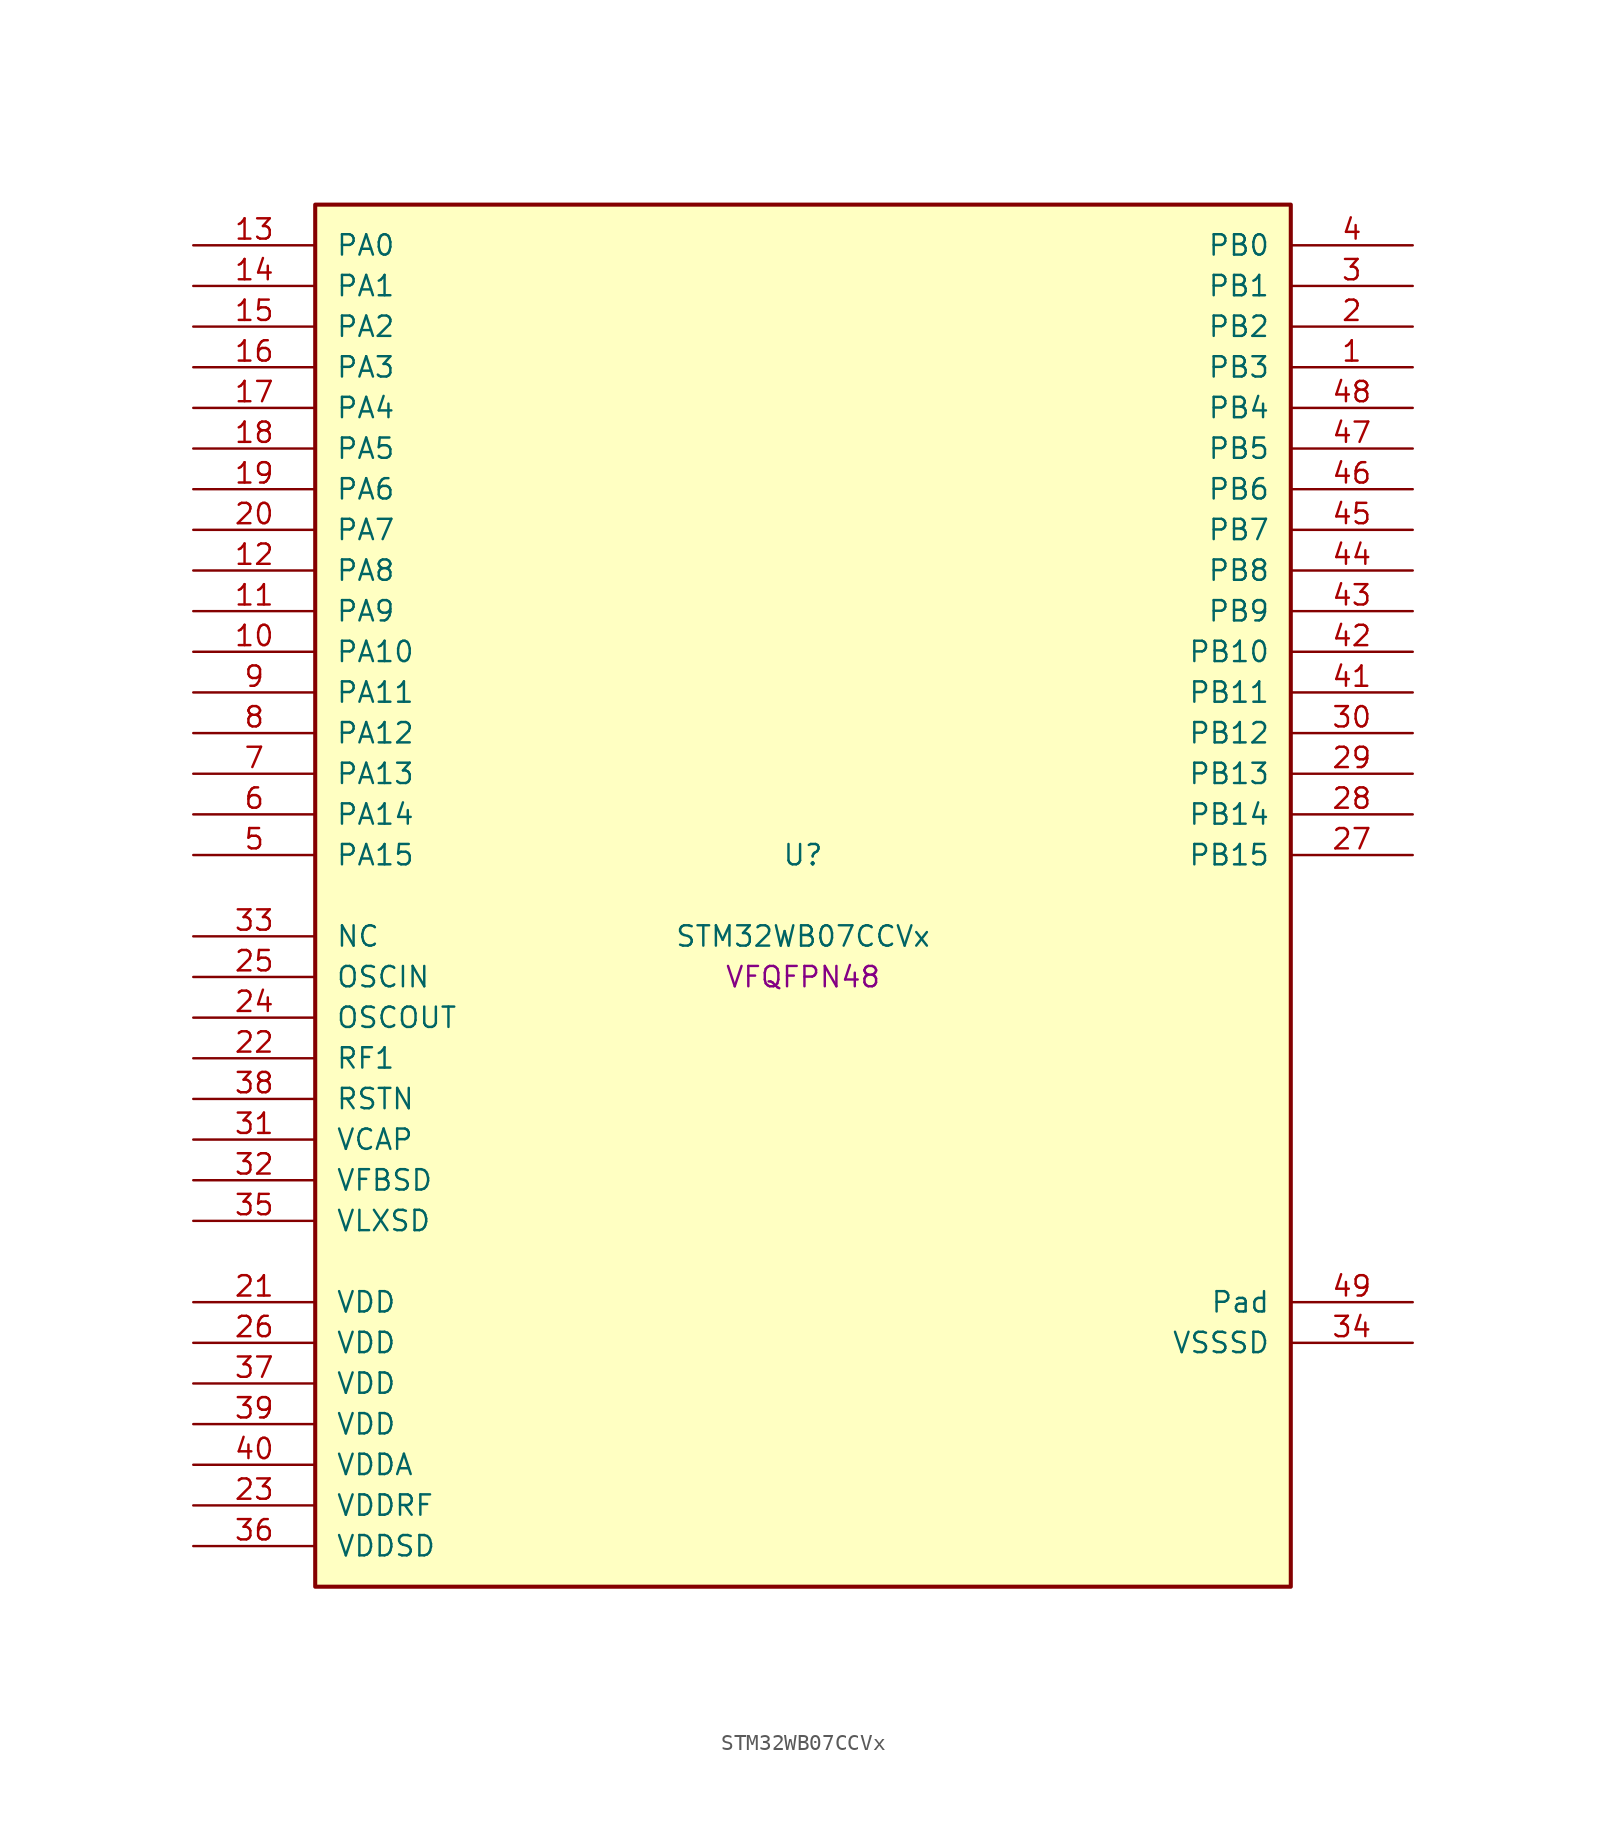
<source format=kicad_sym>
(kicad_symbol_lib
  (version 20241209)
  (generator "stm32_pkl_generator")
  (generator_version "1.0")
  (symbol "STM32WB07CCVx"
    (pin_names
      (offset 1.27))
    (property "Reference" "U"
      (at 0 2.54 0))
    (property "Value" "STM32WB07CCVx"
      (at 0 -2.54 0))
    (property "Footprint" "VFQFPN48"
      (at 0 -5.08 0))
    (symbol "STM32WB07CCVx_1_1"
      (rectangle (start -30.48 43.18) (end 30.48 -43.18) (stroke (width 0.254) (type solid)) (fill (type background)))
      (pin bidirectional line (at -38.1 40.64 0) (length 7.62) (name "PA0") (number "13") (alternate "PA0/I2C1_SCL" bidirectional line) (alternate "PA0/I2S2_MCK" bidirectional line) (alternate "PA0/PWR_WKUP12" bidirectional line) (alternate "PA0/TIM1_CH3" bidirectional line) (alternate "PA0/USART1_CTS" bidirectional line))
      (pin bidirectional line (at -38.1 38.1 0) (length 7.62) (name "PA1") (number "14") (alternate "PA1/I2C1_SDA" bidirectional line) (alternate "PA1/PWR_WKUP13" bidirectional line) (alternate "PA1/SPI2_MISO" bidirectional line) (alternate "PA1/TIM1_CH4" bidirectional line) (alternate "PA1/USART1_TX" bidirectional line))
      (pin bidirectional line (at -38.1 35.56 0) (length 7.62) (name "PA2") (number "15") (alternate "PA2/DEBUG_SWDIO" bidirectional line) (alternate "PA2/I2S3_MCK" bidirectional line) (alternate "PA2/PWR_WKUP14" bidirectional line) (alternate "PA2/USART1_CK" bidirectional line))
      (pin bidirectional line (at -38.1 33.02 0) (length 7.62) (name "PA3") (number "16") (alternate "PA3/DEBUG_SWCLK" bidirectional line) (alternate "PA3/I2S3_SCK" bidirectional line) (alternate "PA3/PWR_WKUP15" bidirectional line) (alternate "PA3/SPI3_SCK" bidirectional line) (alternate "PA3/TIM1_BKIN2" bidirectional line) (alternate "PA3/USART1_DE" bidirectional line) (alternate "PA3/USART1_RTS" bidirectional line))
      (pin bidirectional line (at -38.1 30.48 0) (length 7.62) (name "PA4") (number "17") (alternate "PA4/I2S2_WS" bidirectional line) (alternate "PA4/LPUART1_TX" bidirectional line) (alternate "PA4/PWR_WKUP16" bidirectional line) (alternate "PA4/RCC_LCO" bidirectional line) (alternate "PA4/SPI2_NSS" bidirectional line) (alternate "PA4/TIM1_CH1" bidirectional line))
      (pin bidirectional line (at -38.1 27.94 0) (length 7.62) (name "PA5") (number "18") (alternate "PA5/I2S2_SCK" bidirectional line) (alternate "PA5/LPUART1_RX" bidirectional line) (alternate "PA5/PWR_WKUP17" bidirectional line) (alternate "PA5/RCC_LCO" bidirectional line) (alternate "PA5/RCC_MCO" bidirectional line) (alternate "PA5/SPI2_SCK" bidirectional line) (alternate "PA5/TIM1_CH2" bidirectional line))
      (pin bidirectional line (at -38.1 25.4 0) (length 7.62) (name "PA6") (number "19") (alternate "PA6/I2S2_SD" bidirectional line) (alternate "PA6/I2S2_WS" bidirectional line) (alternate "PA6/LPUART1_CTS" bidirectional line) (alternate "PA6/PWR_WKUP18" bidirectional line) (alternate "PA6/SPI2_MOSI" bidirectional line) (alternate "PA6/SPI2_NSS" bidirectional line) (alternate "PA6/TIM1_CH1" bidirectional line))
      (pin bidirectional line (at -38.1 22.86 0) (length 7.62) (name "PA7") (number "20") (alternate "PA7/I2S2_SCK" bidirectional line) (alternate "PA7/LPUART1_DE" bidirectional line) (alternate "PA7/LPUART1_RTS" bidirectional line) (alternate "PA7/PWR_WKUP19" bidirectional line) (alternate "PA7/RTC_OUT" bidirectional line) (alternate "PA7/SPI2_MISO" bidirectional line) (alternate "PA7/SPI2_SCK" bidirectional line) (alternate "PA7/TIM1_CH2" bidirectional line))
      (pin bidirectional line (at -38.1 20.32 0) (length 7.62) (name "PA8") (number "12") (alternate "PA8/PWR_WKUP8" bidirectional line) (alternate "PA8/PWR_WKUP20" bidirectional line) (alternate "PA8/RADIO_RX_SEQUENCE" bidirectional line) (alternate "PA8/RTC_OUT" bidirectional line) (alternate "PA8/SPI1_MOSI" bidirectional line) (alternate "PA8/SPI3_MISO" bidirectional line) (alternate "PA8/TIM1_CH3" bidirectional line) (alternate "PA8/USART1_RX" bidirectional line))
      (pin bidirectional line (at -38.1 17.78 0) (length 7.62) (name "PA9") (number "11") (alternate "PA9/I2S3_WS" bidirectional line) (alternate "PA9/PWR_WKUP9" bidirectional line) (alternate "PA9/PWR_WKUP21" bidirectional line) (alternate "PA9/RTC_OUT" bidirectional line) (alternate "PA9/SPI1_SCK" bidirectional line) (alternate "PA9/SPI3_NSS" bidirectional line) (alternate "PA9/TIM1_CH4" bidirectional line) (alternate "PA9/USART1_TX" bidirectional line))
      (pin bidirectional line (at -38.1 15.24 0) (length 7.62) (name "PA10") (number "10") (alternate "PA10/I2S3_MCK" bidirectional line) (alternate "PA10/PWR_WKUP10" bidirectional line) (alternate "PA10/PWR_WKUP22" bidirectional line) (alternate "PA10/RADIO_TX_SEQUENCE" bidirectional line) (alternate "PA10/RCC_LCO" bidirectional line) (alternate "PA10/SPI1_MISO" bidirectional line))
      (pin bidirectional line (at -38.1 12.7 0) (length 7.62) (name "PA11") (number "9") (alternate "PA11/I2S3_SD" bidirectional line) (alternate "PA11/PWR_WKUP11" bidirectional line) (alternate "PA11/PWR_WKUP23" bidirectional line) (alternate "PA11/RADIO_RX_SEQUENCE" bidirectional line) (alternate "PA11/RCC_MCO" bidirectional line) (alternate "PA11/RTC_OUT" bidirectional line) (alternate "PA11/SPI1_NSS" bidirectional line) (alternate "PA11/SPI3_MOSI" bidirectional line))
      (pin bidirectional line (at -38.1 10.16 0) (length 7.62) (name "PA12") (number "8") (alternate "PA12/ADC1_VINM3" bidirectional line) (alternate "PA12/I2C1_SMBA" bidirectional line) (alternate "PA12/I2S2_SD" bidirectional line) (alternate "PA12/PWR_WKUP24" bidirectional line) (alternate "PA12/SPI1_NSS" bidirectional line) (alternate "PA12/SPI2_MOSI" bidirectional line) (alternate "PA12/TIM1_CH1" bidirectional line))
      (pin bidirectional line (at -38.1 7.62 0) (length 7.62) (name "PA13") (number "7") (alternate "PA13/ADC1_VINP3" bidirectional line) (alternate "PA13/I2C2_SCL" bidirectional line) (alternate "PA13/PWR_WKUP25" bidirectional line) (alternate "PA13/SPI1_SCK" bidirectional line) (alternate "PA13/SPI2_MISO" bidirectional line) (alternate "PA13/TIM1_ETR" bidirectional line))
      (pin bidirectional line (at -38.1 5.08 0) (length 7.62) (name "PA14") (number "6") (alternate "PA14/ADC1_VINM2" bidirectional line) (alternate "PA14/I2C2_SDA" bidirectional line) (alternate "PA14/PWR_WKUP26" bidirectional line) (alternate "PA14/SPI1_MISO" bidirectional line))
      (pin bidirectional line (at -38.1 2.54 0) (length 7.62) (name "PA15") (number "5") (alternate "PA15/ADC1_VINP2" bidirectional line) (alternate "PA15/I2C2_SMBA" bidirectional line) (alternate "PA15/PWR_WKUP27" bidirectional line) (alternate "PA15/SPI1_MOSI" bidirectional line) (alternate "PA15/TIM1_BKIN2" bidirectional line))
      (pin bidirectional line (at 38.1 40.64 180) (length 7.62) (name "PB0") (number "4") (alternate "PB0/ADC1_VINM1" bidirectional line) (alternate "PB0/LPUART1_DE" bidirectional line) (alternate "PB0/LPUART1_RTS" bidirectional line) (alternate "PB0/PWR_WKUP0" bidirectional line) (alternate "PB0/TIM1_CH2N" bidirectional line) (alternate "PB0/USART1_RX" bidirectional line))
      (pin bidirectional line (at 38.1 38.1 180) (length 7.62) (name "PB1") (number "3") (alternate "PB1/ADC1_PDM_CLK" bidirectional line) (alternate "PB1/ADC1_VINP1" bidirectional line) (alternate "PB1/PWR_WKUP1" bidirectional line) (alternate "PB1/SPI1_NSS" bidirectional line) (alternate "PB1/TIM1_ETR" bidirectional line))
      (pin bidirectional line (at 38.1 35.56 180) (length 7.62) (name "PB2") (number "2") (alternate "PB2/ADC1_PDM_DATA" bidirectional line) (alternate "PB2/ADC1_PGA_CAP0" bidirectional line) (alternate "PB2/ADC1_VINM0" bidirectional line) (alternate "PB2/PWR_WKUP2" bidirectional line) (alternate "PB2/TIM1_CH3" bidirectional line) (alternate "PB2/USART1_DE" bidirectional line) (alternate "PB2/USART1_RTS" bidirectional line))
      (pin bidirectional line (at 38.1 33.02 180) (length 7.62) (name "PB3") (number "1") (alternate "PB3/ADC1_PGA_CAP1" bidirectional line) (alternate "PB3/ADC1_VINP0" bidirectional line) (alternate "PB3/LPUART1_TX" bidirectional line) (alternate "PB3/PWR_WKUP3" bidirectional line) (alternate "PB3/TIM1_CH4" bidirectional line) (alternate "PB3/USART1_CTS" bidirectional line))
      (pin bidirectional line (at 38.1 30.48 180) (length 7.62) (name "PB4") (number "48") (alternate "PB4/ADC1_PDM_DATA" bidirectional line) (alternate "PB4/ADC1_PGA_VIN" bidirectional line) (alternate "PB4/LPUART1_TX" bidirectional line) (alternate "PB4/PWR_WKUP4" bidirectional line) (alternate "PB4/SPI2_MISO" bidirectional line))
      (pin bidirectional line (at 38.1 27.94 180) (length 7.62) (name "PB5") (number "47") (alternate "PB5/ADC1_PDM_CLK" bidirectional line) (alternate "PB5/ADC1_PGA_VBIAS_MIC" bidirectional line) (alternate "PB5/I2S2_SD" bidirectional line) (alternate "PB5/LPUART1_RX" bidirectional line) (alternate "PB5/PWR_WKUP5" bidirectional line) (alternate "PB5/SPI2_MOSI" bidirectional line))
      (pin bidirectional line (at 38.1 25.4 180) (length 7.62) (name "PB6") (number "46") (alternate "PB6/I2C2_SCL" bidirectional line) (alternate "PB6/I2S2_WS" bidirectional line) (alternate "PB6/LPUART1_TX" bidirectional line) (alternate "PB6/PWR_WKUP6" bidirectional line) (alternate "PB6/SPI2_NSS" bidirectional line) (alternate "PB6/TIM1_CH1" bidirectional line))
      (pin bidirectional line (at 38.1 22.86 180) (length 7.62) (name "PB7") (number "45") (alternate "PB7/I2C2_SDA" bidirectional line) (alternate "PB7/I2S2_SCK" bidirectional line) (alternate "PB7/LPUART1_RX" bidirectional line) (alternate "PB7/PWR_WKUP7" bidirectional line) (alternate "PB7/SPI2_SCK" bidirectional line) (alternate "PB7/TIM1_CH2" bidirectional line))
      (pin bidirectional line (at 38.1 20.32 180) (length 7.62) (name "PB8") (number "44") (alternate "PB8/LPUART1_RX" bidirectional line) (alternate "PB8/PWR_WKUP20" bidirectional line) (alternate "PB8/TIM1_CH1N" bidirectional line) (alternate "PB8/TIM1_CH4" bidirectional line) (alternate "PB8/USART1_CK" bidirectional line))
      (pin bidirectional line (at 38.1 17.78 180) (length 7.62) (name "PB9") (number "43") (alternate "PB9/I2S2_MCK" bidirectional line) (alternate "PB9/LPUART1_CTS" bidirectional line) (alternate "PB9/PWR_WKUP21" bidirectional line) (alternate "PB9/TIM1_CH1N" bidirectional line) (alternate "PB9/TIM1_CH2N" bidirectional line) (alternate "PB9/USART1_TX" bidirectional line))
      (pin bidirectional line (at 38.1 15.24 180) (length 7.62) (name "PB10") (number "42") (alternate "PB10/I2C1_SDA" bidirectional line) (alternate "PB10/I2S2_SCK" bidirectional line) (alternate "PB10/PWR_WKUP22" bidirectional line) (alternate "PB10/SPI1_NSS" bidirectional line) (alternate "PB10/SPI2_SCK" bidirectional line) (alternate "PB10/TIM1_CH2" bidirectional line) (alternate "PB10/TIM1_CH3N" bidirectional line))
      (pin bidirectional line (at 38.1 12.7 180) (length 7.62) (name "PB11") (number "41") (alternate "PB11/I2C1_SCL" bidirectional line) (alternate "PB11/I2S2_WS" bidirectional line) (alternate "PB11/PWR_WKUP23" bidirectional line) (alternate "PB11/SPI1_SCK" bidirectional line) (alternate "PB11/SPI2_NSS" bidirectional line) (alternate "PB11/TIM1_CH1" bidirectional line))
      (pin bidirectional line (at 38.1 10.16 180) (length 7.62) (name "PB12") (number "30") (alternate "PB12/ADC1_PDM_DATA" bidirectional line) (alternate "PB12/RCC_LCO" bidirectional line) (alternate "PB12/RCC_OSC32_OUT" bidirectional line) (alternate "PB12/SPI1_SCK" bidirectional line) (alternate "PB12/TIM1_CH3" bidirectional line))
      (pin bidirectional line (at 38.1 7.62 180) (length 7.62) (name "PB13") (number "29") (alternate "PB13/ADC1_PDM_CLK" bidirectional line) (alternate "PB13/I2C2_SCL" bidirectional line) (alternate "PB13/RCC_OSC32_IN" bidirectional line) (alternate "PB13/SPI1_MISO" bidirectional line) (alternate "PB13/TIM1_BKIN2" bidirectional line) (alternate "PB13/TIM1_CH4" bidirectional line))
      (pin bidirectional line (at 38.1 5.08 180) (length 7.62) (name "PB14") (number "28") (alternate "PB14/I2C2_SDA" bidirectional line) (alternate "PB14/PWR_PVD_IN" bidirectional line) (alternate "PB14/SPI1_MOSI" bidirectional line) (alternate "PB14/TIM1_CH3N" bidirectional line) (alternate "PB14/TIM1_ETR" bidirectional line) (alternate "PB14/USART1_RX" bidirectional line))
      (pin bidirectional line (at 38.1 2.54 180) (length 7.62) (name "PB15") (number "27") (alternate "PB15/I2C1_SMBA" bidirectional line) (alternate "PB15/RADIO_TX_SEQUENCE" bidirectional line) (alternate "PB15/RCC_MCO" bidirectional line) (alternate "PB15/USART1_TX" bidirectional line))
      (pin bidirectional line (at -38.1 -2.54 0) (length 7.62) (name "NC") (number "33"))
      (pin bidirectional line (at -38.1 -5.08 0) (length 7.62) (name "OSCIN") (number "25") (alternate "OSCIN/RCC_OSC_IN" bidirectional line))
      (pin bidirectional line (at -38.1 -7.62 0) (length 7.62) (name "OSCOUT") (number "24") (alternate "OSCOUT/RCC_OSC_OUT" bidirectional line))
      (pin bidirectional line (at -38.1 -10.16 0) (length 7.62) (name "RF1") (number "22") (alternate "RF1/RADIO_RF1" bidirectional line))
      (pin power_in line (at -38.1 -12.7 0) (length 7.62) (name "RSTN") (number "38"))
      (pin power_in line (at -38.1 -15.24 0) (length 7.62) (name "VCAP") (number "31"))
      (pin power_in line (at -38.1 -17.78 0) (length 7.62) (name "VFBSD") (number "32"))
      (pin power_in line (at -38.1 -20.32 0) (length 7.62) (name "VLXSD") (number "35"))
      (pin power_in line (at -38.1 -25.4 0) (length 7.62) (name "VDD") (number "21"))
      (pin power_in line (at -38.1 -27.94 0) (length 7.62) (name "VDD") (number "26"))
      (pin power_in line (at -38.1 -30.48 0) (length 7.62) (name "VDD") (number "37"))
      (pin power_in line (at -38.1 -33.02 0) (length 7.62) (name "VDD") (number "39"))
      (pin power_in line (at -38.1 -35.56 0) (length 7.62) (name "VDDA") (number "40"))
      (pin power_in line (at -38.1 -38.1 0) (length 7.62) (name "VDDRF") (number "23"))
      (pin power_in line (at -38.1 -40.64 0) (length 7.62) (name "VDDSD") (number "36"))
      (pin passive line (at 38.1 -25.4 180) (length 7.62) (name "Pad") (number "49"))
      (pin power_in line (at 38.1 -27.94 180) (length 7.62) (name "VSSSD") (number "34")))))
</source>
